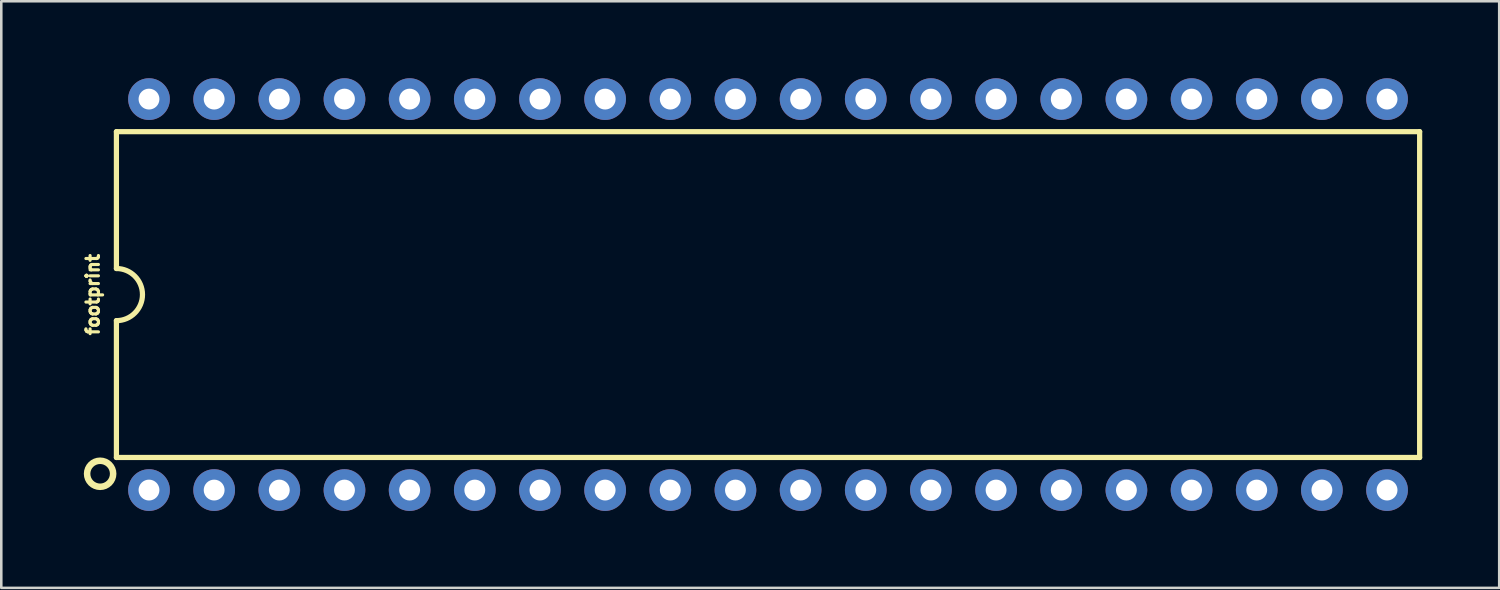
<source format=kicad_pcb>
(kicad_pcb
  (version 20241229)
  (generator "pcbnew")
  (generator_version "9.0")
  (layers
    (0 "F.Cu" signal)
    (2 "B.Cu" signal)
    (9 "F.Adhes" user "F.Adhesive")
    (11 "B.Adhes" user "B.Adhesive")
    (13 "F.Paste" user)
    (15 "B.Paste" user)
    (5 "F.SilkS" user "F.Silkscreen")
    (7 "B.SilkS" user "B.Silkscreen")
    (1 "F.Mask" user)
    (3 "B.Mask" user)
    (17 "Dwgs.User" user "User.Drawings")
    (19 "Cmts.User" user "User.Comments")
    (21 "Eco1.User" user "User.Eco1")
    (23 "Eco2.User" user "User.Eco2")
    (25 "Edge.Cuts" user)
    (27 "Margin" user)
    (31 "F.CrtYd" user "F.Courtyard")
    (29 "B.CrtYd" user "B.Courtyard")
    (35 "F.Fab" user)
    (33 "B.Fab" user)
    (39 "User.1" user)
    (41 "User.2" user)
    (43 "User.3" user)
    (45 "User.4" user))
  (footprint "footprint"
    (layer "F.Cu")
    (at 26.888 8.433)
    (property "Reference" "footprint" (at -26.035 0 90) (layer "F.SilkS") (effects (font (size 0.488 0.488) (thickness 0.122)) (justify bottom)))
    (fp_line (start -25.4 -6.35) (end -25.4 -1.016) (stroke (width 0.203) (type solid)) (layer "F.SilkS"))
    (fp_line (start -25.4 -6.35) (end 25.4 -6.35) (stroke (width 0.203) (type solid)) (layer "F.SilkS"))
    (fp_line (start -25.4 6.35) (end -25.4 1.016) (stroke (width 0.203) (type solid)) (layer "F.SilkS"))
    (fp_line (start -25.4 6.35) (end 25.4 6.35) (stroke (width 0.203) (type solid)) (layer "F.SilkS"))
    (fp_line (start 25.4 -6.35) (end 25.4 6.35) (stroke (width 0.203) (type solid)) (layer "F.SilkS"))
    (fp_arc (start -25.4 -1.016) (mid -24.384 0) (end -25.4 1.016) (stroke (width 0.2032) (type solid)) (layer "F.SilkS"))
    (fp_circle (center -26.035 6.985) (end -25.527 6.985) (stroke (width 0.254) (type solid)) (fill no) (layer "F.SilkS"))
    (pad "1" thru_hole circle (at -24.13 7.62 90) (size 1.626 1.626) (drill 0.813) (layers "*.Cu" "*.Mask"))
    (pad "2" thru_hole circle (at -21.59 7.62 90) (size 1.626 1.626) (drill 0.813) (layers "*.Cu" "*.Mask"))
    (pad "3" thru_hole circle (at -19.05 7.62 90) (size 1.626 1.626) (drill 0.813) (layers "*.Cu" "*.Mask"))
    (pad "4" thru_hole circle (at -16.51 7.62 90) (size 1.626 1.626) (drill 0.813) (layers "*.Cu" "*.Mask"))
    (pad "5" thru_hole circle (at -13.97 7.62 90) (size 1.626 1.626) (drill 0.813) (layers "*.Cu" "*.Mask"))
    (pad "6" thru_hole circle (at -11.43 7.62 90) (size 1.626 1.626) (drill 0.813) (layers "*.Cu" "*.Mask"))
    (pad "7" thru_hole circle (at -8.89 7.62 90) (size 1.626 1.626) (drill 0.813) (layers "*.Cu" "*.Mask"))
    (pad "8" thru_hole circle (at -6.35 7.62 90) (size 1.626 1.626) (drill 0.813) (layers "*.Cu" "*.Mask"))
    (pad "9" thru_hole circle (at -3.81 7.62 90) (size 1.626 1.626) (drill 0.813) (layers "*.Cu" "*.Mask"))
    (pad "10" thru_hole circle (at -1.27 7.62 90) (size 1.626 1.626) (drill 0.813) (layers "*.Cu" "*.Mask"))
    (pad "11" thru_hole circle (at 1.27 7.62 90) (size 1.626 1.626) (drill 0.813) (layers "*.Cu" "*.Mask"))
    (pad "12" thru_hole circle (at 3.81 7.62 90) (size 1.626 1.626) (drill 0.813) (layers "*.Cu" "*.Mask"))
    (pad "13" thru_hole circle (at 6.35 7.62 90) (size 1.626 1.626) (drill 0.813) (layers "*.Cu" "*.Mask"))
    (pad "14" thru_hole circle (at 8.89 7.62 90) (size 1.626 1.626) (drill 0.813) (layers "*.Cu" "*.Mask"))
    (pad "15" thru_hole circle (at 11.43 7.62 90) (size 1.626 1.626) (drill 0.813) (layers "*.Cu" "*.Mask"))
    (pad "16" thru_hole circle (at 13.97 7.62 90) (size 1.626 1.626) (drill 0.813) (layers "*.Cu" "*.Mask"))
    (pad "17" thru_hole circle (at 16.51 7.62 90) (size 1.626 1.626) (drill 0.813) (layers "*.Cu" "*.Mask"))
    (pad "18" thru_hole circle (at 19.05 7.62 90) (size 1.626 1.626) (drill 0.813) (layers "*.Cu" "*.Mask"))
    (pad "19" thru_hole circle (at 21.59 7.62 90) (size 1.626 1.626) (drill 0.813) (layers "*.Cu" "*.Mask"))
    (pad "20" thru_hole circle (at 24.13 7.62 90) (size 1.626 1.626) (drill 0.813) (layers "*.Cu" "*.Mask"))
    (pad "21" thru_hole circle (at 24.13 -7.62 90) (size 1.626 1.626) (drill 0.813) (layers "*.Cu" "*.Mask"))
    (pad "22" thru_hole circle (at 21.59 -7.62 90) (size 1.626 1.626) (drill 0.813) (layers "*.Cu" "*.Mask"))
    (pad "23" thru_hole circle (at 19.05 -7.62 90) (size 1.626 1.626) (drill 0.813) (layers "*.Cu" "*.Mask"))
    (pad "24" thru_hole circle (at 16.51 -7.62 90) (size 1.626 1.626) (drill 0.813) (layers "*.Cu" "*.Mask"))
    (pad "25" thru_hole circle (at 13.97 -7.62 90) (size 1.626 1.626) (drill 0.813) (layers "*.Cu" "*.Mask"))
    (pad "26" thru_hole circle (at 11.43 -7.62 90) (size 1.626 1.626) (drill 0.813) (layers "*.Cu" "*.Mask"))
    (pad "27" thru_hole circle (at 8.89 -7.62 90) (size 1.626 1.626) (drill 0.813) (layers "*.Cu" "*.Mask"))
    (pad "28" thru_hole circle (at 6.35 -7.62 90) (size 1.626 1.626) (drill 0.813) (layers "*.Cu" "*.Mask"))
    (pad "29" thru_hole circle (at 3.81 -7.62 90) (size 1.626 1.626) (drill 0.813) (layers "*.Cu" "*.Mask"))
    (pad "30" thru_hole circle (at 1.27 -7.62 90) (size 1.626 1.626) (drill 0.813) (layers "*.Cu" "*.Mask"))
    (pad "31" thru_hole circle (at -1.27 -7.62 90) (size 1.626 1.626) (drill 0.813) (layers "*.Cu" "*.Mask"))
    (pad "32" thru_hole circle (at -3.81 -7.62 90) (size 1.626 1.626) (drill 0.813) (layers "*.Cu" "*.Mask"))
    (pad "33" thru_hole circle (at -6.35 -7.62 90) (size 1.626 1.626) (drill 0.813) (layers "*.Cu" "*.Mask"))
    (pad "34" thru_hole circle (at -8.89 -7.62 90) (size 1.626 1.626) (drill 0.813) (layers "*.Cu" "*.Mask"))
    (pad "35" thru_hole circle (at -11.43 -7.62 90) (size 1.626 1.626) (drill 0.813) (layers "*.Cu" "*.Mask"))
    (pad "36" thru_hole circle (at -13.97 -7.62 90) (size 1.626 1.626) (drill 0.813) (layers "*.Cu" "*.Mask"))
    (pad "37" thru_hole circle (at -16.51 -7.62 90) (size 1.626 1.626) (drill 0.813) (layers "*.Cu" "*.Mask"))
    (pad "38" thru_hole circle (at -19.05 -7.62 90) (size 1.626 1.626) (drill 0.813) (layers "*.Cu" "*.Mask"))
    (pad "39" thru_hole circle (at -21.59 -7.62 90) (size 1.626 1.626) (drill 0.813) (layers "*.Cu" "*.Mask"))
    (pad "40" thru_hole circle (at -24.13 -7.62 90) (size 1.626 1.626) (drill 0.813) (layers "*.Cu" "*.Mask")))
  (gr_rect
    (start -3 -3)
    (end 55.39 19.866)
    (stroke (width 0.1) (type default))
    (fill no)
    (layer "Edge.Cuts")))
</source>
